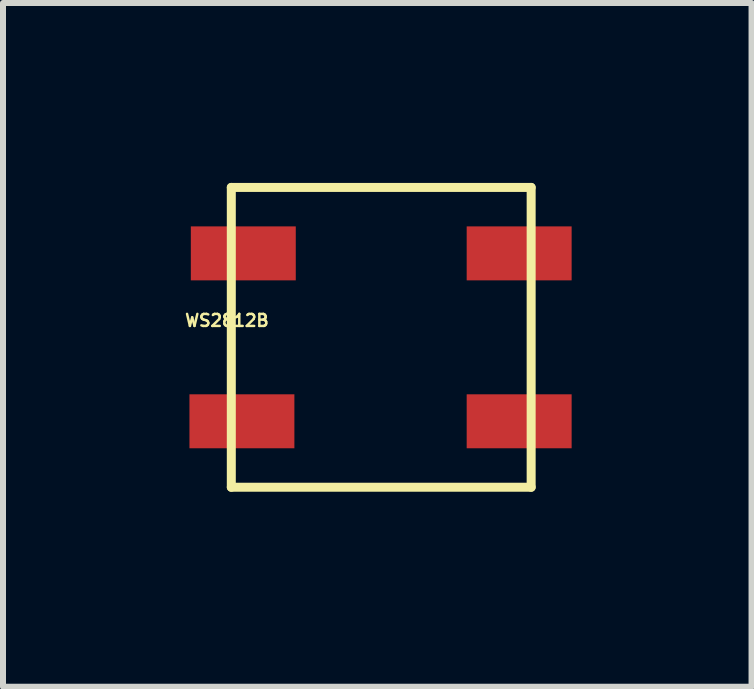
<source format=kicad_pcb>
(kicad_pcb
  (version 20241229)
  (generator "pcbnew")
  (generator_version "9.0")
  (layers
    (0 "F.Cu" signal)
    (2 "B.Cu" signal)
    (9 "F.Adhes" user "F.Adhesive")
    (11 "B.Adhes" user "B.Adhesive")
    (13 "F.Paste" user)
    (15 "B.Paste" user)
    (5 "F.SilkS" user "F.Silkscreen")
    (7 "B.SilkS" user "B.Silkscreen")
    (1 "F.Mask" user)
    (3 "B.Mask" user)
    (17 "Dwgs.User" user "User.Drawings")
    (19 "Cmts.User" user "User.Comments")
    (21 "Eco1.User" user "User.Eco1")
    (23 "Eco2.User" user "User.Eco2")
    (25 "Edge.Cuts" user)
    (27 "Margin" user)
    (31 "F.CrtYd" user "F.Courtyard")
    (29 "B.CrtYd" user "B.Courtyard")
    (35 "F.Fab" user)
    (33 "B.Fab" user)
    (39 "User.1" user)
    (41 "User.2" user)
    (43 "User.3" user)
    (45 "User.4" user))
  (footprint "WS2812B"
    (layer "F.Cu")
    (at 0.734 5.151)
    (property "Reference" "WS2812B" (at 0 -2.857 0) (layer "F.SilkS") (effects (font (size 0.201 0.201) (thickness 0.041))))
    (attr through_hole)
    (fp_line (start 0.073 -5.076) (end 0.073 -0.076) (stroke (width 0.15) (type solid)) (layer "F.SilkS"))
    (fp_line (start 0.073 -0.076) (end 5.073 -0.076) (stroke (width 0.15) (type solid)) (layer "F.SilkS"))
    (fp_line (start 5.073 -5.076) (end 0.073 -5.076) (stroke (width 0.15) (type solid)) (layer "F.SilkS"))
    (fp_line (start 5.073 -0.076) (end 5.073 -5.076) (stroke (width 0.15) (type solid)) (layer "F.SilkS"))
    (pad "1" smd rect (at 4.873 -1.176) (size 1.75 0.9) (layers "F.Cu" "F.Mask" "F.Paste"))
    (pad "2" smd rect (at 4.873 -3.976) (size 1.75 0.9) (layers "F.Cu" "F.Mask" "F.Paste"))
    (pad "3" smd rect (at 0.273 -3.976) (size 1.75 0.9) (layers "F.Cu" "F.Mask" "F.Paste"))
    (pad "4" smd rect (at 0.25 -1.176) (size 1.75 0.9) (layers "F.Cu" "F.Mask" "F.Paste")))
  (gr_rect
    (start -3 -3)
    (end 9.482 8.401)
    (stroke (width 0.1) (type default))
    (fill no)
    (layer "Edge.Cuts")))
</source>
